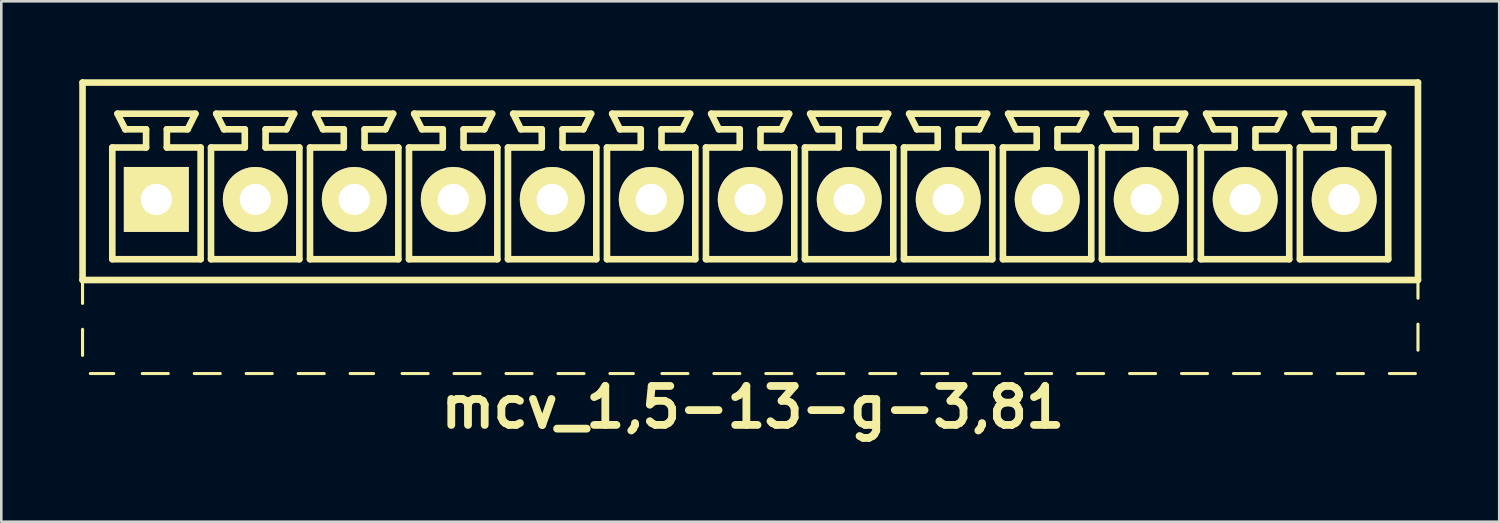
<source format=kicad_pcb>
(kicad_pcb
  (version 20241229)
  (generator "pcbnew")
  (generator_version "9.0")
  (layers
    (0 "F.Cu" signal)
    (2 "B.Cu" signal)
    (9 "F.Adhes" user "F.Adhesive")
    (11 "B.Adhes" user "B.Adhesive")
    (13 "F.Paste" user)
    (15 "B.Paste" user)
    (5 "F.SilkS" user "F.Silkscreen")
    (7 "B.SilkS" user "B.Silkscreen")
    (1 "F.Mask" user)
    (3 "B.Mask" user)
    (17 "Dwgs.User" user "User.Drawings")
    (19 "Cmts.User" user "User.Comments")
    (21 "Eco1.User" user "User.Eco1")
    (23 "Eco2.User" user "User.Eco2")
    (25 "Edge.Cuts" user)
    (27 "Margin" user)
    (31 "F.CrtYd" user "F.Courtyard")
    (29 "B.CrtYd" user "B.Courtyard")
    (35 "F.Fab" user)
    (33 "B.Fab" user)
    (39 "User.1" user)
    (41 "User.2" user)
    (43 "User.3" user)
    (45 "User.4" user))
  (footprint "mcv_1,5-13-g-3,81"
    (layer "F.Cu")
    (at 25.827 4.627)
    (property "Reference" "mcv_1,5-13-g-3,81" (at 0.1 8 0) (layer "F.SilkS") (effects (font (size 1.5 1.5) (thickness 0.3))))
    (attr through_hole)
    (fp_line (start -25.7 -4.5) (end -25.7 3.1) (stroke (width 0.254) (type solid)) (layer "F.SilkS"))
    (fp_line (start -25.7 -4.5) (end 25.7 -4.5) (stroke (width 0.254) (type solid)) (layer "F.SilkS"))
    (fp_line (start -25.7 3.1) (end -25.7 4) (stroke (width 0.12) (type solid)) (layer "F.SilkS"))
    (fp_line (start -25.7 3.1) (end 25.7 3.1) (stroke (width 0.254) (type solid)) (layer "F.SilkS"))
    (fp_line (start -25.7 5) (end -25.7 6) (stroke (width 0.12) (type solid)) (layer "F.SilkS"))
    (fp_line (start -25.4 6.7) (end -24.5 6.7) (stroke (width 0.12) (type solid)) (layer "F.SilkS"))
    (fp_line (start -24.555 -2) (end -23.255 -2) (stroke (width 0.254) (type solid)) (layer "F.SilkS"))
    (fp_line (start -24.555 2.3) (end -24.555 -2) (stroke (width 0.254) (type solid)) (layer "F.SilkS"))
    (fp_line (start -24.355 -3.3) (end -21.355 -3.3) (stroke (width 0.254) (type solid)) (layer "F.SilkS"))
    (fp_line (start -24.055 -2.7) (end -24.355 -3.3) (stroke (width 0.254) (type solid)) (layer "F.SilkS"))
    (fp_line (start -23.4 6.7) (end -22.4 6.7) (stroke (width 0.12) (type solid)) (layer "F.SilkS"))
    (fp_line (start -23.255 -2.7) (end -24.055 -2.7) (stroke (width 0.254) (type solid)) (layer "F.SilkS"))
    (fp_line (start -23.255 -2) (end -23.255 -2.7) (stroke (width 0.254) (type solid)) (layer "F.SilkS"))
    (fp_line (start -22.455 -2.7) (end -22.455 -2) (stroke (width 0.254) (type solid)) (layer "F.SilkS"))
    (fp_line (start -22.455 -2) (end -21.155 -2) (stroke (width 0.254) (type solid)) (layer "F.SilkS"))
    (fp_line (start -21.655 -2.7) (end -22.455 -2.7) (stroke (width 0.254) (type solid)) (layer "F.SilkS"))
    (fp_line (start -21.655 -2.7) (end -21.355 -3.3) (stroke (width 0.254) (type solid)) (layer "F.SilkS"))
    (fp_line (start -21.4 6.7) (end -20.4 6.7) (stroke (width 0.12) (type solid)) (layer "F.SilkS"))
    (fp_line (start -21.155 -2) (end -21.155 2.3) (stroke (width 0.254) (type solid)) (layer "F.SilkS"))
    (fp_line (start -21.155 2.3) (end -24.555 2.3) (stroke (width 0.254) (type solid)) (layer "F.SilkS"))
    (fp_line (start -20.755 -2) (end -19.455 -2) (stroke (width 0.254) (type solid)) (layer "F.SilkS"))
    (fp_line (start -20.755 2.3) (end -20.755 -2) (stroke (width 0.254) (type solid)) (layer "F.SilkS"))
    (fp_line (start -20.555 -3.3) (end -17.555 -3.3) (stroke (width 0.254) (type solid)) (layer "F.SilkS"))
    (fp_line (start -20.255 -2.7) (end -20.555 -3.3) (stroke (width 0.254) (type solid)) (layer "F.SilkS"))
    (fp_line (start -19.455 -2.7) (end -20.255 -2.7) (stroke (width 0.254) (type solid)) (layer "F.SilkS"))
    (fp_line (start -19.455 -2) (end -19.455 -2.7) (stroke (width 0.254) (type solid)) (layer "F.SilkS"))
    (fp_line (start -19.4 6.7) (end -18.4 6.7) (stroke (width 0.12) (type solid)) (layer "F.SilkS"))
    (fp_line (start -18.655 -2.7) (end -18.655 -2) (stroke (width 0.254) (type solid)) (layer "F.SilkS"))
    (fp_line (start -18.655 -2) (end -17.355 -2) (stroke (width 0.254) (type solid)) (layer "F.SilkS"))
    (fp_line (start -17.855 -2.7) (end -18.655 -2.7) (stroke (width 0.254) (type solid)) (layer "F.SilkS"))
    (fp_line (start -17.855 -2.7) (end -17.555 -3.3) (stroke (width 0.254) (type solid)) (layer "F.SilkS"))
    (fp_line (start -17.4 6.7) (end -16.4 6.7) (stroke (width 0.12) (type solid)) (layer "F.SilkS"))
    (fp_line (start -17.355 -2) (end -17.355 2.3) (stroke (width 0.254) (type solid)) (layer "F.SilkS"))
    (fp_line (start -17.355 2.3) (end -20.755 2.3) (stroke (width 0.254) (type solid)) (layer "F.SilkS"))
    (fp_line (start -16.945 -2) (end -15.645 -2) (stroke (width 0.254) (type solid)) (layer "F.SilkS"))
    (fp_line (start -16.945 2.3) (end -16.945 -2) (stroke (width 0.254) (type solid)) (layer "F.SilkS"))
    (fp_line (start -16.745 -3.3) (end -13.745 -3.3) (stroke (width 0.254) (type solid)) (layer "F.SilkS"))
    (fp_line (start -16.445 -2.7) (end -16.745 -3.3) (stroke (width 0.254) (type solid)) (layer "F.SilkS"))
    (fp_line (start -15.645 -2.7) (end -16.445 -2.7) (stroke (width 0.254) (type solid)) (layer "F.SilkS"))
    (fp_line (start -15.645 -2) (end -15.645 -2.7) (stroke (width 0.254) (type solid)) (layer "F.SilkS"))
    (fp_line (start -15.4 6.7) (end -14.5 6.7) (stroke (width 0.12) (type solid)) (layer "F.SilkS"))
    (fp_line (start -14.845 -2.7) (end -14.845 -2) (stroke (width 0.254) (type solid)) (layer "F.SilkS"))
    (fp_line (start -14.845 -2) (end -13.545 -2) (stroke (width 0.254) (type solid)) (layer "F.SilkS"))
    (fp_line (start -14.045 -2.7) (end -14.845 -2.7) (stroke (width 0.254) (type solid)) (layer "F.SilkS"))
    (fp_line (start -14.045 -2.7) (end -13.745 -3.3) (stroke (width 0.254) (type solid)) (layer "F.SilkS"))
    (fp_line (start -13.545 -2) (end -13.545 2.3) (stroke (width 0.254) (type solid)) (layer "F.SilkS"))
    (fp_line (start -13.545 2.3) (end -16.945 2.3) (stroke (width 0.254) (type solid)) (layer "F.SilkS"))
    (fp_line (start -13.4 6.7) (end -12.4 6.7) (stroke (width 0.12) (type solid)) (layer "F.SilkS"))
    (fp_line (start -13.135 -2) (end -11.835 -2) (stroke (width 0.254) (type solid)) (layer "F.SilkS"))
    (fp_line (start -13.135 2.3) (end -13.135 -2) (stroke (width 0.254) (type solid)) (layer "F.SilkS"))
    (fp_line (start -12.935 -3.3) (end -9.935 -3.3) (stroke (width 0.254) (type solid)) (layer "F.SilkS"))
    (fp_line (start -12.635 -2.7) (end -12.935 -3.3) (stroke (width 0.254) (type solid)) (layer "F.SilkS"))
    (fp_line (start -11.835 -2.7) (end -12.635 -2.7) (stroke (width 0.254) (type solid)) (layer "F.SilkS"))
    (fp_line (start -11.835 -2) (end -11.835 -2.7) (stroke (width 0.254) (type solid)) (layer "F.SilkS"))
    (fp_line (start -11.4 6.7) (end -10.4 6.7) (stroke (width 0.12) (type solid)) (layer "F.SilkS"))
    (fp_line (start -11.035 -2.7) (end -11.035 -2) (stroke (width 0.254) (type solid)) (layer "F.SilkS"))
    (fp_line (start -11.035 -2) (end -9.735 -2) (stroke (width 0.254) (type solid)) (layer "F.SilkS"))
    (fp_line (start -10.235 -2.7) (end -11.035 -2.7) (stroke (width 0.254) (type solid)) (layer "F.SilkS"))
    (fp_line (start -10.235 -2.7) (end -9.935 -3.3) (stroke (width 0.254) (type solid)) (layer "F.SilkS"))
    (fp_line (start -9.735 -2) (end -9.735 2.3) (stroke (width 0.254) (type solid)) (layer "F.SilkS"))
    (fp_line (start -9.735 2.3) (end -13.135 2.3) (stroke (width 0.254) (type solid)) (layer "F.SilkS"))
    (fp_line (start -9.4 6.7) (end -8.4 6.7) (stroke (width 0.12) (type solid)) (layer "F.SilkS"))
    (fp_line (start -9.325 -2) (end -8.025 -2) (stroke (width 0.254) (type solid)) (layer "F.SilkS"))
    (fp_line (start -9.325 2.3) (end -9.325 -2) (stroke (width 0.254) (type solid)) (layer "F.SilkS"))
    (fp_line (start -9.125 -3.3) (end -6.125 -3.3) (stroke (width 0.254) (type solid)) (layer "F.SilkS"))
    (fp_line (start -8.825 -2.7) (end -9.125 -3.3) (stroke (width 0.254) (type solid)) (layer "F.SilkS"))
    (fp_line (start -8.025 -2.7) (end -8.825 -2.7) (stroke (width 0.254) (type solid)) (layer "F.SilkS"))
    (fp_line (start -8.025 -2) (end -8.025 -2.7) (stroke (width 0.254) (type solid)) (layer "F.SilkS"))
    (fp_line (start -7.4 6.7) (end -6.4 6.7) (stroke (width 0.12) (type solid)) (layer "F.SilkS"))
    (fp_line (start -7.225 -2.7) (end -7.225 -2) (stroke (width 0.254) (type solid)) (layer "F.SilkS"))
    (fp_line (start -7.225 -2) (end -5.925 -2) (stroke (width 0.254) (type solid)) (layer "F.SilkS"))
    (fp_line (start -6.425 -2.7) (end -7.225 -2.7) (stroke (width 0.254) (type solid)) (layer "F.SilkS"))
    (fp_line (start -6.425 -2.7) (end -6.125 -3.3) (stroke (width 0.254) (type solid)) (layer "F.SilkS"))
    (fp_line (start -5.925 -2) (end -5.925 2.3) (stroke (width 0.254) (type solid)) (layer "F.SilkS"))
    (fp_line (start -5.925 2.3) (end -9.325 2.3) (stroke (width 0.254) (type solid)) (layer "F.SilkS"))
    (fp_line (start -5.515 -2) (end -4.215 -2) (stroke (width 0.254) (type solid)) (layer "F.SilkS"))
    (fp_line (start -5.515 2.3) (end -5.515 -2) (stroke (width 0.254) (type solid)) (layer "F.SilkS"))
    (fp_line (start -5.4 6.7) (end -4.5 6.7) (stroke (width 0.12) (type solid)) (layer "F.SilkS"))
    (fp_line (start -5.315 -3.3) (end -2.315 -3.3) (stroke (width 0.254) (type solid)) (layer "F.SilkS"))
    (fp_line (start -5.015 -2.7) (end -5.315 -3.3) (stroke (width 0.254) (type solid)) (layer "F.SilkS"))
    (fp_line (start -4.215 -2.7) (end -5.015 -2.7) (stroke (width 0.254) (type solid)) (layer "F.SilkS"))
    (fp_line (start -4.215 -2) (end -4.215 -2.7) (stroke (width 0.254) (type solid)) (layer "F.SilkS"))
    (fp_line (start -3.415 -2.7) (end -3.415 -2) (stroke (width 0.254) (type solid)) (layer "F.SilkS"))
    (fp_line (start -3.415 -2) (end -2.115 -2) (stroke (width 0.254) (type solid)) (layer "F.SilkS"))
    (fp_line (start -3.4 6.7) (end -2.4 6.7) (stroke (width 0.12) (type solid)) (layer "F.SilkS"))
    (fp_line (start -2.615 -2.7) (end -3.415 -2.7) (stroke (width 0.254) (type solid)) (layer "F.SilkS"))
    (fp_line (start -2.615 -2.7) (end -2.315 -3.3) (stroke (width 0.254) (type solid)) (layer "F.SilkS"))
    (fp_line (start -2.115 -2) (end -2.115 2.3) (stroke (width 0.254) (type solid)) (layer "F.SilkS"))
    (fp_line (start -2.115 2.3) (end -5.515 2.3) (stroke (width 0.254) (type solid)) (layer "F.SilkS"))
    (fp_line (start -1.705 -2) (end -0.405 -2) (stroke (width 0.254) (type solid)) (layer "F.SilkS"))
    (fp_line (start -1.705 2.3) (end -1.705 -2) (stroke (width 0.254) (type solid)) (layer "F.SilkS"))
    (fp_line (start -1.505 -3.3) (end 1.495 -3.3) (stroke (width 0.254) (type solid)) (layer "F.SilkS"))
    (fp_line (start -1.4 6.7) (end -0.4 6.7) (stroke (width 0.12) (type solid)) (layer "F.SilkS"))
    (fp_line (start -1.205 -2.7) (end -1.505 -3.3) (stroke (width 0.254) (type solid)) (layer "F.SilkS"))
    (fp_line (start -0.405 -2.7) (end -1.205 -2.7) (stroke (width 0.254) (type solid)) (layer "F.SilkS"))
    (fp_line (start -0.405 -2) (end -0.405 -2.7) (stroke (width 0.254) (type solid)) (layer "F.SilkS"))
    (fp_line (start 0.395 -2.7) (end 0.395 -2) (stroke (width 0.254) (type solid)) (layer "F.SilkS"))
    (fp_line (start 0.395 -2) (end 1.695 -2) (stroke (width 0.254) (type solid)) (layer "F.SilkS"))
    (fp_line (start 0.6 6.7) (end 1.6 6.7) (stroke (width 0.12) (type solid)) (layer "F.SilkS"))
    (fp_line (start 1.195 -2.7) (end 0.395 -2.7) (stroke (width 0.254) (type solid)) (layer "F.SilkS"))
    (fp_line (start 1.195 -2.7) (end 1.495 -3.3) (stroke (width 0.254) (type solid)) (layer "F.SilkS"))
    (fp_line (start 1.695 -2) (end 1.695 2.3) (stroke (width 0.254) (type solid)) (layer "F.SilkS"))
    (fp_line (start 1.695 2.3) (end -1.705 2.3) (stroke (width 0.254) (type solid)) (layer "F.SilkS"))
    (fp_line (start 2.105 -2) (end 3.405 -2) (stroke (width 0.254) (type solid)) (layer "F.SilkS"))
    (fp_line (start 2.105 2.3) (end 2.105 -2) (stroke (width 0.254) (type solid)) (layer "F.SilkS"))
    (fp_line (start 2.305 -3.3) (end 5.305 -3.3) (stroke (width 0.254) (type solid)) (layer "F.SilkS"))
    (fp_line (start 2.6 6.7) (end 3.6 6.7) (stroke (width 0.12) (type solid)) (layer "F.SilkS"))
    (fp_line (start 2.605 -2.7) (end 2.305 -3.3) (stroke (width 0.254) (type solid)) (layer "F.SilkS"))
    (fp_line (start 3.405 -2.7) (end 2.605 -2.7) (stroke (width 0.254) (type solid)) (layer "F.SilkS"))
    (fp_line (start 3.405 -2) (end 3.405 -2.7) (stroke (width 0.254) (type solid)) (layer "F.SilkS"))
    (fp_line (start 4.205 -2.7) (end 4.205 -2) (stroke (width 0.254) (type solid)) (layer "F.SilkS"))
    (fp_line (start 4.205 -2) (end 5.505 -2) (stroke (width 0.254) (type solid)) (layer "F.SilkS"))
    (fp_line (start 4.6 6.7) (end 5.6 6.7) (stroke (width 0.12) (type solid)) (layer "F.SilkS"))
    (fp_line (start 5.005 -2.7) (end 4.205 -2.7) (stroke (width 0.254) (type solid)) (layer "F.SilkS"))
    (fp_line (start 5.005 -2.7) (end 5.305 -3.3) (stroke (width 0.254) (type solid)) (layer "F.SilkS"))
    (fp_line (start 5.505 -2) (end 5.505 2.3) (stroke (width 0.254) (type solid)) (layer "F.SilkS"))
    (fp_line (start 5.505 2.3) (end 2.105 2.3) (stroke (width 0.254) (type solid)) (layer "F.SilkS"))
    (fp_line (start 5.915 -2) (end 7.215 -2) (stroke (width 0.254) (type solid)) (layer "F.SilkS"))
    (fp_line (start 5.915 2.3) (end 5.915 -2) (stroke (width 0.254) (type solid)) (layer "F.SilkS"))
    (fp_line (start 6.115 -3.3) (end 9.115 -3.3) (stroke (width 0.254) (type solid)) (layer "F.SilkS"))
    (fp_line (start 6.415 -2.7) (end 6.115 -3.3) (stroke (width 0.254) (type solid)) (layer "F.SilkS"))
    (fp_line (start 6.6 6.7) (end 7.6 6.7) (stroke (width 0.12) (type solid)) (layer "F.SilkS"))
    (fp_line (start 7.215 -2.7) (end 6.415 -2.7) (stroke (width 0.254) (type solid)) (layer "F.SilkS"))
    (fp_line (start 7.215 -2) (end 7.215 -2.7) (stroke (width 0.254) (type solid)) (layer "F.SilkS"))
    (fp_line (start 8.015 -2.7) (end 8.015 -2) (stroke (width 0.254) (type solid)) (layer "F.SilkS"))
    (fp_line (start 8.015 -2) (end 9.315 -2) (stroke (width 0.254) (type solid)) (layer "F.SilkS"))
    (fp_line (start 8.6 6.7) (end 9.6 6.7) (stroke (width 0.12) (type solid)) (layer "F.SilkS"))
    (fp_line (start 8.815 -2.7) (end 8.015 -2.7) (stroke (width 0.254) (type solid)) (layer "F.SilkS"))
    (fp_line (start 8.815 -2.7) (end 9.115 -3.3) (stroke (width 0.254) (type solid)) (layer "F.SilkS"))
    (fp_line (start 9.315 -2) (end 9.315 2.3) (stroke (width 0.254) (type solid)) (layer "F.SilkS"))
    (fp_line (start 9.315 2.3) (end 5.915 2.3) (stroke (width 0.254) (type solid)) (layer "F.SilkS"))
    (fp_line (start 9.725 -2) (end 11.025 -2) (stroke (width 0.254) (type solid)) (layer "F.SilkS"))
    (fp_line (start 9.725 2.3) (end 9.725 -2) (stroke (width 0.254) (type solid)) (layer "F.SilkS"))
    (fp_line (start 9.925 -3.3) (end 12.925 -3.3) (stroke (width 0.254) (type solid)) (layer "F.SilkS"))
    (fp_line (start 10.225 -2.7) (end 9.925 -3.3) (stroke (width 0.254) (type solid)) (layer "F.SilkS"))
    (fp_line (start 10.6 6.7) (end 11.6 6.7) (stroke (width 0.12) (type solid)) (layer "F.SilkS"))
    (fp_line (start 11.025 -2.7) (end 10.225 -2.7) (stroke (width 0.254) (type solid)) (layer "F.SilkS"))
    (fp_line (start 11.025 -2) (end 11.025 -2.7) (stroke (width 0.254) (type solid)) (layer "F.SilkS"))
    (fp_line (start 11.825 -2.7) (end 11.825 -2) (stroke (width 0.254) (type solid)) (layer "F.SilkS"))
    (fp_line (start 11.825 -2) (end 13.125 -2) (stroke (width 0.254) (type solid)) (layer "F.SilkS"))
    (fp_line (start 12.6 6.7) (end 13.6 6.7) (stroke (width 0.12) (type solid)) (layer "F.SilkS"))
    (fp_line (start 12.625 -2.7) (end 11.825 -2.7) (stroke (width 0.254) (type solid)) (layer "F.SilkS"))
    (fp_line (start 12.625 -2.7) (end 12.925 -3.3) (stroke (width 0.254) (type solid)) (layer "F.SilkS"))
    (fp_line (start 13.125 -2) (end 13.125 2.3) (stroke (width 0.254) (type solid)) (layer "F.SilkS"))
    (fp_line (start 13.125 2.3) (end 9.725 2.3) (stroke (width 0.254) (type solid)) (layer "F.SilkS"))
    (fp_line (start 13.535 -2) (end 14.835 -2) (stroke (width 0.254) (type solid)) (layer "F.SilkS"))
    (fp_line (start 13.535 2.3) (end 13.535 -2) (stroke (width 0.254) (type solid)) (layer "F.SilkS"))
    (fp_line (start 13.735 -3.3) (end 16.735 -3.3) (stroke (width 0.254) (type solid)) (layer "F.SilkS"))
    (fp_line (start 14.035 -2.7) (end 13.735 -3.3) (stroke (width 0.254) (type solid)) (layer "F.SilkS"))
    (fp_line (start 14.6 6.7) (end 15.6 6.7) (stroke (width 0.12) (type solid)) (layer "F.SilkS"))
    (fp_line (start 14.835 -2.7) (end 14.035 -2.7) (stroke (width 0.254) (type solid)) (layer "F.SilkS"))
    (fp_line (start 14.835 -2) (end 14.835 -2.7) (stroke (width 0.254) (type solid)) (layer "F.SilkS"))
    (fp_line (start 15.635 -2.7) (end 15.635 -2) (stroke (width 0.254) (type solid)) (layer "F.SilkS"))
    (fp_line (start 15.635 -2) (end 16.935 -2) (stroke (width 0.254) (type solid)) (layer "F.SilkS"))
    (fp_line (start 16.435 -2.7) (end 15.635 -2.7) (stroke (width 0.254) (type solid)) (layer "F.SilkS"))
    (fp_line (start 16.435 -2.7) (end 16.735 -3.3) (stroke (width 0.254) (type solid)) (layer "F.SilkS"))
    (fp_line (start 16.6 6.7) (end 17.6 6.7) (stroke (width 0.12) (type solid)) (layer "F.SilkS"))
    (fp_line (start 16.935 -2) (end 16.935 2.3) (stroke (width 0.254) (type solid)) (layer "F.SilkS"))
    (fp_line (start 16.935 2.3) (end 13.535 2.3) (stroke (width 0.254) (type solid)) (layer "F.SilkS"))
    (fp_line (start 17.345 -2) (end 18.645 -2) (stroke (width 0.254) (type solid)) (layer "F.SilkS"))
    (fp_line (start 17.345 2.3) (end 17.345 -2) (stroke (width 0.254) (type solid)) (layer "F.SilkS"))
    (fp_line (start 17.545 -3.3) (end 20.545 -3.3) (stroke (width 0.254) (type solid)) (layer "F.SilkS"))
    (fp_line (start 17.845 -2.7) (end 17.545 -3.3) (stroke (width 0.254) (type solid)) (layer "F.SilkS"))
    (fp_line (start 18.6 6.7) (end 19.6 6.7) (stroke (width 0.12) (type solid)) (layer "F.SilkS"))
    (fp_line (start 18.645 -2.7) (end 17.845 -2.7) (stroke (width 0.254) (type solid)) (layer "F.SilkS"))
    (fp_line (start 18.645 -2) (end 18.645 -2.7) (stroke (width 0.254) (type solid)) (layer "F.SilkS"))
    (fp_line (start 19.445 -2.7) (end 19.445 -2) (stroke (width 0.254) (type solid)) (layer "F.SilkS"))
    (fp_line (start 19.445 -2) (end 20.745 -2) (stroke (width 0.254) (type solid)) (layer "F.SilkS"))
    (fp_line (start 20.245 -2.7) (end 19.445 -2.7) (stroke (width 0.254) (type solid)) (layer "F.SilkS"))
    (fp_line (start 20.245 -2.7) (end 20.545 -3.3) (stroke (width 0.254) (type solid)) (layer "F.SilkS"))
    (fp_line (start 20.6 6.7) (end 21.6 6.7) (stroke (width 0.12) (type solid)) (layer "F.SilkS"))
    (fp_line (start 20.745 -2) (end 20.745 2.3) (stroke (width 0.254) (type solid)) (layer "F.SilkS"))
    (fp_line (start 20.745 2.3) (end 17.345 2.3) (stroke (width 0.254) (type solid)) (layer "F.SilkS"))
    (fp_line (start 21.155 -2) (end 22.455 -2) (stroke (width 0.254) (type solid)) (layer "F.SilkS"))
    (fp_line (start 21.155 2.3) (end 21.155 -2) (stroke (width 0.254) (type solid)) (layer "F.SilkS"))
    (fp_line (start 21.355 -3.3) (end 24.355 -3.3) (stroke (width 0.254) (type solid)) (layer "F.SilkS"))
    (fp_line (start 21.655 -2.7) (end 21.355 -3.3) (stroke (width 0.254) (type solid)) (layer "F.SilkS"))
    (fp_line (start 22.455 -2.7) (end 21.655 -2.7) (stroke (width 0.254) (type solid)) (layer "F.SilkS"))
    (fp_line (start 22.455 -2) (end 22.455 -2.7) (stroke (width 0.254) (type solid)) (layer "F.SilkS"))
    (fp_line (start 22.6 6.7) (end 23.6 6.7) (stroke (width 0.12) (type solid)) (layer "F.SilkS"))
    (fp_line (start 23.255 -2.7) (end 23.255 -2) (stroke (width 0.254) (type solid)) (layer "F.SilkS"))
    (fp_line (start 23.255 -2) (end 24.555 -2) (stroke (width 0.254) (type solid)) (layer "F.SilkS"))
    (fp_line (start 24.055 -2.7) (end 23.255 -2.7) (stroke (width 0.254) (type solid)) (layer "F.SilkS"))
    (fp_line (start 24.055 -2.7) (end 24.355 -3.3) (stroke (width 0.254) (type solid)) (layer "F.SilkS"))
    (fp_line (start 24.555 -2) (end 24.555 2.3) (stroke (width 0.254) (type solid)) (layer "F.SilkS"))
    (fp_line (start 24.555 2.3) (end 21.155 2.3) (stroke (width 0.254) (type solid)) (layer "F.SilkS"))
    (fp_line (start 24.6 6.7) (end 25.6 6.7) (stroke (width 0.12) (type solid)) (layer "F.SilkS"))
    (fp_line (start 25.7 -4.5) (end 25.7 3.1) (stroke (width 0.254) (type solid)) (layer "F.SilkS"))
    (fp_line (start 25.7 3.8) (end 25.7 3.1) (stroke (width 0.12) (type solid)) (layer "F.SilkS"))
    (fp_line (start 25.7 5.8) (end 25.7 4.8) (stroke (width 0.12) (type solid)) (layer "F.SilkS"))
    (pad "1" thru_hole rect (at -22.86 0) (size 2.5 2.5) (drill 1.2) (layers "*.Cu" "*.Mask" "F.SilkS"))
    (pad "2" thru_hole circle (at -19.05 0) (size 2.5 2.5) (drill 1.2) (layers "*.Cu" "*.Mask" "F.SilkS"))
    (pad "3" thru_hole circle (at -15.24 0) (size 2.5 2.5) (drill 1.2) (layers "*.Cu" "*.Mask" "F.SilkS"))
    (pad "4" thru_hole circle (at -11.43 0) (size 2.5 2.5) (drill 1.2) (layers "*.Cu" "*.Mask" "F.SilkS"))
    (pad "5" thru_hole circle (at -7.62 0) (size 2.5 2.5) (drill 1.2) (layers "*.Cu" "*.Mask" "F.SilkS"))
    (pad "6" thru_hole circle (at -3.81 0) (size 2.5 2.5) (drill 1.2) (layers "*.Cu" "*.Mask" "F.SilkS"))
    (pad "7" thru_hole circle (at 0 0) (size 2.5 2.5) (drill 1.2) (layers "*.Cu" "*.Mask" "F.SilkS"))
    (pad "8" thru_hole circle (at 3.81 0) (size 2.5 2.5) (drill 1.2) (layers "*.Cu" "*.Mask" "F.SilkS"))
    (pad "9" thru_hole circle (at 7.62 0) (size 2.5 2.5) (drill 1.2) (layers "*.Cu" "*.Mask" "F.SilkS"))
    (pad "10" thru_hole circle (at 11.43 0) (size 2.5 2.5) (drill 1.2) (layers "*.Cu" "*.Mask" "F.SilkS"))
    (pad "11" thru_hole circle (at 15.24 0) (size 2.5 2.5) (drill 1.2) (layers "*.Cu" "*.Mask" "F.SilkS"))
    (pad "12" thru_hole circle (at 19.05 0) (size 2.5 2.5) (drill 1.2) (layers "*.Cu" "*.Mask" "F.SilkS"))
    (pad "13" thru_hole circle (at 22.86 0) (size 2.5 2.5) (drill 1.2) (layers "*.Cu" "*.Mask" "F.SilkS")))
  (gr_rect
    (start -3 -3)
    (end 54.654 17.031)
    (stroke (width 0.1) (type default))
    (fill no)
    (layer "Edge.Cuts")))
</source>
